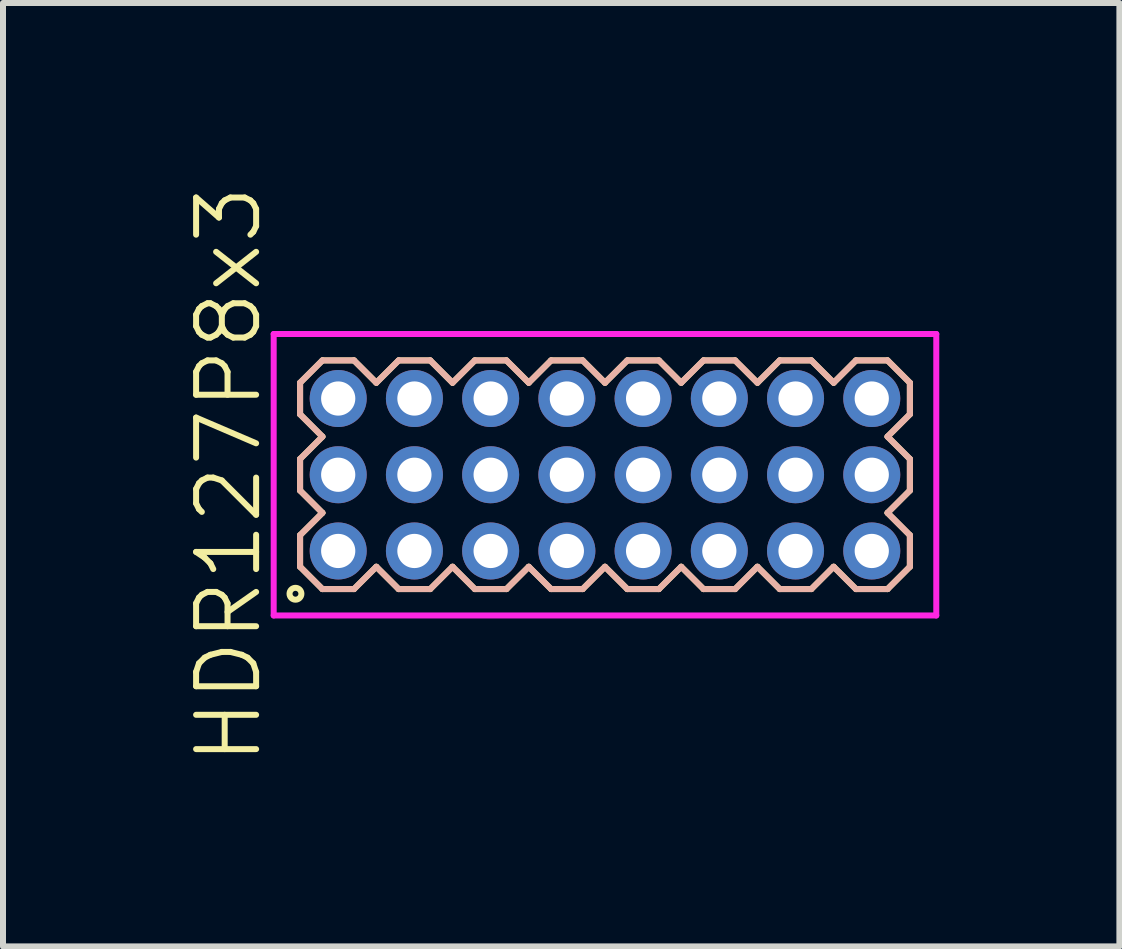
<source format=kicad_pcb>
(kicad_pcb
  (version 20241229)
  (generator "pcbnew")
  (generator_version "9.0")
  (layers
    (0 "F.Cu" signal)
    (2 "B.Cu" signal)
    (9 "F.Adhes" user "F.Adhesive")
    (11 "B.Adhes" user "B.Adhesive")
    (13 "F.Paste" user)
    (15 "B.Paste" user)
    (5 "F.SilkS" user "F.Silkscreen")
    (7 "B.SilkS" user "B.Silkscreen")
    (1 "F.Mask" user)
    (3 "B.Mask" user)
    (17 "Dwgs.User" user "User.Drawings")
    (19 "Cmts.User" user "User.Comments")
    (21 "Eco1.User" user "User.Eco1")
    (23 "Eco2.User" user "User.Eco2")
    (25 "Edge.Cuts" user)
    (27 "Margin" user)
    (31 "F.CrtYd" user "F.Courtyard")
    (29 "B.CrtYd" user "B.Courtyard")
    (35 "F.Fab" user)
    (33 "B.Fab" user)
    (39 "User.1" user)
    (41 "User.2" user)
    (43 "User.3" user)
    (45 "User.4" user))
  (footprint "HDR127P8x3"
    (layer "F.Cu")
    (at 7.03 4.86)
    (property "Reference" "HDR127P8x3" (at -6.27 0 90) (layer "F.SilkS") (effects (font (size 1 1) (thickness 0.1))))
    (attr through_hole)
    (fp_line (start -5.08 -1.533) (end -4.708 -1.905) (stroke (width 0.1) (type solid)) (layer "F.SilkS"))
    (fp_line (start -5.08 -1.007) (end -5.08 -1.533) (stroke (width 0.1) (type solid)) (layer "F.SilkS"))
    (fp_line (start -5.08 -0.263) (end -4.708 -0.635) (stroke (width 0.1) (type solid)) (layer "F.SilkS"))
    (fp_line (start -5.08 0.263) (end -5.08 -0.263) (stroke (width 0.1) (type solid)) (layer "F.SilkS"))
    (fp_line (start -5.08 1.007) (end -4.708 0.635) (stroke (width 0.1) (type solid)) (layer "F.SilkS"))
    (fp_line (start -5.08 1.533) (end -5.08 1.007) (stroke (width 0.1) (type solid)) (layer "F.SilkS"))
    (fp_line (start -4.708 -1.905) (end -4.182 -1.905) (stroke (width 0.1) (type solid)) (layer "F.SilkS"))
    (fp_line (start -4.708 -0.635) (end -5.08 -1.007) (stroke (width 0.1) (type solid)) (layer "F.SilkS"))
    (fp_line (start -4.708 0.635) (end -5.08 0.263) (stroke (width 0.1) (type solid)) (layer "F.SilkS"))
    (fp_line (start -4.708 1.905) (end -5.08 1.533) (stroke (width 0.1) (type solid)) (layer "F.SilkS"))
    (fp_line (start -4.182 -1.905) (end -3.81 -1.533) (stroke (width 0.1) (type solid)) (layer "F.SilkS"))
    (fp_line (start -4.182 1.905) (end -4.708 1.905) (stroke (width 0.1) (type solid)) (layer "F.SilkS"))
    (fp_line (start -3.81 -1.533) (end -3.438 -1.905) (stroke (width 0.1) (type solid)) (layer "F.SilkS"))
    (fp_line (start -3.81 1.533) (end -4.182 1.905) (stroke (width 0.1) (type solid)) (layer "F.SilkS"))
    (fp_line (start -3.438 -1.905) (end -2.912 -1.905) (stroke (width 0.1) (type solid)) (layer "F.SilkS"))
    (fp_line (start -3.438 1.905) (end -3.81 1.533) (stroke (width 0.1) (type solid)) (layer "F.SilkS"))
    (fp_line (start -2.912 -1.905) (end -2.54 -1.533) (stroke (width 0.1) (type solid)) (layer "F.SilkS"))
    (fp_line (start -2.912 1.905) (end -3.438 1.905) (stroke (width 0.1) (type solid)) (layer "F.SilkS"))
    (fp_line (start -2.54 -1.533) (end -2.168 -1.905) (stroke (width 0.1) (type solid)) (layer "F.SilkS"))
    (fp_line (start -2.54 1.533) (end -2.912 1.905) (stroke (width 0.1) (type solid)) (layer "F.SilkS"))
    (fp_line (start -2.168 -1.905) (end -1.642 -1.905) (stroke (width 0.1) (type solid)) (layer "F.SilkS"))
    (fp_line (start -2.168 1.905) (end -2.54 1.533) (stroke (width 0.1) (type solid)) (layer "F.SilkS"))
    (fp_line (start -1.642 -1.905) (end -1.27 -1.533) (stroke (width 0.1) (type solid)) (layer "F.SilkS"))
    (fp_line (start -1.642 1.905) (end -2.168 1.905) (stroke (width 0.1) (type solid)) (layer "F.SilkS"))
    (fp_line (start -1.27 -1.533) (end -0.898 -1.905) (stroke (width 0.1) (type solid)) (layer "F.SilkS"))
    (fp_line (start -1.27 1.533) (end -1.642 1.905) (stroke (width 0.1) (type solid)) (layer "F.SilkS"))
    (fp_line (start -0.898 -1.905) (end -0.372 -1.905) (stroke (width 0.1) (type solid)) (layer "F.SilkS"))
    (fp_line (start -0.898 1.905) (end -1.27 1.533) (stroke (width 0.1) (type solid)) (layer "F.SilkS"))
    (fp_line (start -0.372 -1.905) (end 0 -1.533) (stroke (width 0.1) (type solid)) (layer "F.SilkS"))
    (fp_line (start -0.372 1.905) (end -0.898 1.905) (stroke (width 0.1) (type solid)) (layer "F.SilkS"))
    (fp_line (start 0 -1.533) (end 0.372 -1.905) (stroke (width 0.1) (type solid)) (layer "F.SilkS"))
    (fp_line (start 0 1.533) (end -0.372 1.905) (stroke (width 0.1) (type solid)) (layer "F.SilkS"))
    (fp_line (start 0.372 -1.905) (end 0.898 -1.905) (stroke (width 0.1) (type solid)) (layer "F.SilkS"))
    (fp_line (start 0.372 1.905) (end 0 1.533) (stroke (width 0.1) (type solid)) (layer "F.SilkS"))
    (fp_line (start 0.898 -1.905) (end 1.27 -1.533) (stroke (width 0.1) (type solid)) (layer "F.SilkS"))
    (fp_line (start 0.898 1.905) (end 0.372 1.905) (stroke (width 0.1) (type solid)) (layer "F.SilkS"))
    (fp_line (start 1.27 -1.533) (end 1.642 -1.905) (stroke (width 0.1) (type solid)) (layer "F.SilkS"))
    (fp_line (start 1.27 1.533) (end 0.898 1.905) (stroke (width 0.1) (type solid)) (layer "F.SilkS"))
    (fp_line (start 1.642 -1.905) (end 2.168 -1.905) (stroke (width 0.1) (type solid)) (layer "F.SilkS"))
    (fp_line (start 1.642 1.905) (end 1.27 1.533) (stroke (width 0.1) (type solid)) (layer "F.SilkS"))
    (fp_line (start 2.168 -1.905) (end 2.54 -1.533) (stroke (width 0.1) (type solid)) (layer "F.SilkS"))
    (fp_line (start 2.168 1.905) (end 1.642 1.905) (stroke (width 0.1) (type solid)) (layer "F.SilkS"))
    (fp_line (start 2.54 -1.533) (end 2.912 -1.905) (stroke (width 0.1) (type solid)) (layer "F.SilkS"))
    (fp_line (start 2.54 1.533) (end 2.168 1.905) (stroke (width 0.1) (type solid)) (layer "F.SilkS"))
    (fp_line (start 2.912 -1.905) (end 3.438 -1.905) (stroke (width 0.1) (type solid)) (layer "F.SilkS"))
    (fp_line (start 2.912 1.905) (end 2.54 1.533) (stroke (width 0.1) (type solid)) (layer "F.SilkS"))
    (fp_line (start 3.438 -1.905) (end 3.81 -1.533) (stroke (width 0.1) (type solid)) (layer "F.SilkS"))
    (fp_line (start 3.438 1.905) (end 2.912 1.905) (stroke (width 0.1) (type solid)) (layer "F.SilkS"))
    (fp_line (start 3.81 -1.533) (end 4.182 -1.905) (stroke (width 0.1) (type solid)) (layer "F.SilkS"))
    (fp_line (start 3.81 1.533) (end 3.438 1.905) (stroke (width 0.1) (type solid)) (layer "F.SilkS"))
    (fp_line (start 4.182 -1.905) (end 4.708 -1.905) (stroke (width 0.1) (type solid)) (layer "F.SilkS"))
    (fp_line (start 4.182 1.905) (end 3.81 1.533) (stroke (width 0.1) (type solid)) (layer "F.SilkS"))
    (fp_line (start 4.708 -1.905) (end 5.08 -1.533) (stroke (width 0.1) (type solid)) (layer "F.SilkS"))
    (fp_line (start 4.708 -0.635) (end 5.08 -0.263) (stroke (width 0.1) (type solid)) (layer "F.SilkS"))
    (fp_line (start 4.708 0.635) (end 5.08 1.007) (stroke (width 0.1) (type solid)) (layer "F.SilkS"))
    (fp_line (start 4.708 1.905) (end 4.182 1.905) (stroke (width 0.1) (type solid)) (layer "F.SilkS"))
    (fp_line (start 5.08 -1.533) (end 5.08 -1.007) (stroke (width 0.1) (type solid)) (layer "F.SilkS"))
    (fp_line (start 5.08 -1.007) (end 4.708 -0.635) (stroke (width 0.1) (type solid)) (layer "F.SilkS"))
    (fp_line (start 5.08 -0.263) (end 5.08 0.263) (stroke (width 0.1) (type solid)) (layer "F.SilkS"))
    (fp_line (start 5.08 0.263) (end 4.708 0.635) (stroke (width 0.1) (type solid)) (layer "F.SilkS"))
    (fp_line (start 5.08 1.007) (end 5.08 1.533) (stroke (width 0.1) (type solid)) (layer "F.SilkS"))
    (fp_line (start 5.08 1.533) (end 4.708 1.905) (stroke (width 0.1) (type solid)) (layer "F.SilkS"))
    (fp_circle (center -5.157 1.983) (end -5.058 1.983) (stroke (width 0.1) (type solid)) (fill no) (layer "F.SilkS"))
    (fp_line (start -5.08 -1.533) (end -4.708 -1.905) (stroke (width 0.1) (type solid)) (layer "B.SilkS"))
    (fp_line (start -5.08 -1.007) (end -5.08 -1.533) (stroke (width 0.1) (type solid)) (layer "B.SilkS"))
    (fp_line (start -5.08 -0.263) (end -4.708 -0.635) (stroke (width 0.1) (type solid)) (layer "B.SilkS"))
    (fp_line (start -5.08 0.263) (end -5.08 -0.263) (stroke (width 0.1) (type solid)) (layer "B.SilkS"))
    (fp_line (start -5.08 1.007) (end -4.708 0.635) (stroke (width 0.1) (type solid)) (layer "B.SilkS"))
    (fp_line (start -5.08 1.533) (end -5.08 1.007) (stroke (width 0.1) (type solid)) (layer "B.SilkS"))
    (fp_line (start -4.708 -1.905) (end -4.182 -1.905) (stroke (width 0.1) (type solid)) (layer "B.SilkS"))
    (fp_line (start -4.708 -0.635) (end -5.08 -1.007) (stroke (width 0.1) (type solid)) (layer "B.SilkS"))
    (fp_line (start -4.708 0.635) (end -5.08 0.263) (stroke (width 0.1) (type solid)) (layer "B.SilkS"))
    (fp_line (start -4.708 1.905) (end -5.08 1.533) (stroke (width 0.1) (type solid)) (layer "B.SilkS"))
    (fp_line (start -4.182 -1.905) (end -3.81 -1.533) (stroke (width 0.1) (type solid)) (layer "B.SilkS"))
    (fp_line (start -4.182 1.905) (end -4.708 1.905) (stroke (width 0.1) (type solid)) (layer "B.SilkS"))
    (fp_line (start -3.81 -1.533) (end -3.438 -1.905) (stroke (width 0.1) (type solid)) (layer "B.SilkS"))
    (fp_line (start -3.81 1.533) (end -4.182 1.905) (stroke (width 0.1) (type solid)) (layer "B.SilkS"))
    (fp_line (start -3.438 -1.905) (end -2.912 -1.905) (stroke (width 0.1) (type solid)) (layer "B.SilkS"))
    (fp_line (start -3.438 1.905) (end -3.81 1.533) (stroke (width 0.1) (type solid)) (layer "B.SilkS"))
    (fp_line (start -2.912 -1.905) (end -2.54 -1.533) (stroke (width 0.1) (type solid)) (layer "B.SilkS"))
    (fp_line (start -2.912 1.905) (end -3.438 1.905) (stroke (width 0.1) (type solid)) (layer "B.SilkS"))
    (fp_line (start -2.54 -1.533) (end -2.168 -1.905) (stroke (width 0.1) (type solid)) (layer "B.SilkS"))
    (fp_line (start -2.54 1.533) (end -2.912 1.905) (stroke (width 0.1) (type solid)) (layer "B.SilkS"))
    (fp_line (start -2.168 -1.905) (end -1.642 -1.905) (stroke (width 0.1) (type solid)) (layer "B.SilkS"))
    (fp_line (start -2.168 1.905) (end -2.54 1.533) (stroke (width 0.1) (type solid)) (layer "B.SilkS"))
    (fp_line (start -1.642 -1.905) (end -1.27 -1.533) (stroke (width 0.1) (type solid)) (layer "B.SilkS"))
    (fp_line (start -1.642 1.905) (end -2.168 1.905) (stroke (width 0.1) (type solid)) (layer "B.SilkS"))
    (fp_line (start -1.27 -1.533) (end -0.898 -1.905) (stroke (width 0.1) (type solid)) (layer "B.SilkS"))
    (fp_line (start -1.27 1.533) (end -1.642 1.905) (stroke (width 0.1) (type solid)) (layer "B.SilkS"))
    (fp_line (start -0.898 -1.905) (end -0.372 -1.905) (stroke (width 0.1) (type solid)) (layer "B.SilkS"))
    (fp_line (start -0.898 1.905) (end -1.27 1.533) (stroke (width 0.1) (type solid)) (layer "B.SilkS"))
    (fp_line (start -0.372 -1.905) (end 0 -1.533) (stroke (width 0.1) (type solid)) (layer "B.SilkS"))
    (fp_line (start -0.372 1.905) (end -0.898 1.905) (stroke (width 0.1) (type solid)) (layer "B.SilkS"))
    (fp_line (start 0 -1.533) (end 0.372 -1.905) (stroke (width 0.1) (type solid)) (layer "B.SilkS"))
    (fp_line (start 0 1.533) (end -0.372 1.905) (stroke (width 0.1) (type solid)) (layer "B.SilkS"))
    (fp_line (start 0.372 -1.905) (end 0.898 -1.905) (stroke (width 0.1) (type solid)) (layer "B.SilkS"))
    (fp_line (start 0.372 1.905) (end 0 1.533) (stroke (width 0.1) (type solid)) (layer "B.SilkS"))
    (fp_line (start 0.898 -1.905) (end 1.27 -1.533) (stroke (width 0.1) (type solid)) (layer "B.SilkS"))
    (fp_line (start 0.898 1.905) (end 0.372 1.905) (stroke (width 0.1) (type solid)) (layer "B.SilkS"))
    (fp_line (start 1.27 -1.533) (end 1.642 -1.905) (stroke (width 0.1) (type solid)) (layer "B.SilkS"))
    (fp_line (start 1.27 1.533) (end 0.898 1.905) (stroke (width 0.1) (type solid)) (layer "B.SilkS"))
    (fp_line (start 1.642 -1.905) (end 2.168 -1.905) (stroke (width 0.1) (type solid)) (layer "B.SilkS"))
    (fp_line (start 1.642 1.905) (end 1.27 1.533) (stroke (width 0.1) (type solid)) (layer "B.SilkS"))
    (fp_line (start 2.168 -1.905) (end 2.54 -1.533) (stroke (width 0.1) (type solid)) (layer "B.SilkS"))
    (fp_line (start 2.168 1.905) (end 1.642 1.905) (stroke (width 0.1) (type solid)) (layer "B.SilkS"))
    (fp_line (start 2.54 -1.533) (end 2.912 -1.905) (stroke (width 0.1) (type solid)) (layer "B.SilkS"))
    (fp_line (start 2.54 1.533) (end 2.168 1.905) (stroke (width 0.1) (type solid)) (layer "B.SilkS"))
    (fp_line (start 2.912 -1.905) (end 3.438 -1.905) (stroke (width 0.1) (type solid)) (layer "B.SilkS"))
    (fp_line (start 2.912 1.905) (end 2.54 1.533) (stroke (width 0.1) (type solid)) (layer "B.SilkS"))
    (fp_line (start 3.438 -1.905) (end 3.81 -1.533) (stroke (width 0.1) (type solid)) (layer "B.SilkS"))
    (fp_line (start 3.438 1.905) (end 2.912 1.905) (stroke (width 0.1) (type solid)) (layer "B.SilkS"))
    (fp_line (start 3.81 -1.533) (end 4.182 -1.905) (stroke (width 0.1) (type solid)) (layer "B.SilkS"))
    (fp_line (start 3.81 1.533) (end 3.438 1.905) (stroke (width 0.1) (type solid)) (layer "B.SilkS"))
    (fp_line (start 4.182 -1.905) (end 4.708 -1.905) (stroke (width 0.1) (type solid)) (layer "B.SilkS"))
    (fp_line (start 4.182 1.905) (end 3.81 1.533) (stroke (width 0.1) (type solid)) (layer "B.SilkS"))
    (fp_line (start 4.708 -1.905) (end 5.08 -1.533) (stroke (width 0.1) (type solid)) (layer "B.SilkS"))
    (fp_line (start 4.708 -0.635) (end 5.08 -0.263) (stroke (width 0.1) (type solid)) (layer "B.SilkS"))
    (fp_line (start 4.708 0.635) (end 5.08 1.007) (stroke (width 0.1) (type solid)) (layer "B.SilkS"))
    (fp_line (start 4.708 1.905) (end 4.182 1.905) (stroke (width 0.1) (type solid)) (layer "B.SilkS"))
    (fp_line (start 5.08 -1.533) (end 5.08 -1.007) (stroke (width 0.1) (type solid)) (layer "B.SilkS"))
    (fp_line (start 5.08 -1.007) (end 4.708 -0.635) (stroke (width 0.1) (type solid)) (layer "B.SilkS"))
    (fp_line (start 5.08 -0.263) (end 5.08 0.263) (stroke (width 0.1) (type solid)) (layer "B.SilkS"))
    (fp_line (start 5.08 0.263) (end 4.708 0.635) (stroke (width 0.1) (type solid)) (layer "B.SilkS"))
    (fp_line (start 5.08 1.007) (end 5.08 1.533) (stroke (width 0.1) (type solid)) (layer "B.SilkS"))
    (fp_line (start 5.08 1.533) (end 4.708 1.905) (stroke (width 0.1) (type solid)) (layer "B.SilkS"))
    (fp_line (start -5.52 -2.345) (end -5.52 2.345) (stroke (width 0.1) (type solid)) (layer "F.CrtYd"))
    (fp_line (start -5.52 2.345) (end 5.52 2.345) (stroke (width 0.1) (type solid)) (layer "F.CrtYd"))
    (fp_line (start 5.52 -2.345) (end -5.52 -2.345) (stroke (width 0.1) (type solid)) (layer "F.CrtYd"))
    (fp_line (start 5.52 2.345) (end 5.52 -2.345) (stroke (width 0.1) (type solid)) (layer "F.CrtYd"))
    (pad "1" thru_hole oval (at -4.445 1.27) (size 0.95 0.95) (drill 0.57) (layers "*.Cu" "*.Mask"))
    (pad "2" thru_hole oval (at -4.445 0) (size 0.95 0.95) (drill 0.57) (layers "*.Cu" "*.Mask"))
    (pad "3" thru_hole oval (at -4.445 -1.27) (size 0.95 0.95) (drill 0.57) (layers "*.Cu" "*.Mask"))
    (pad "4" thru_hole oval (at -3.175 1.27) (size 0.95 0.95) (drill 0.57) (layers "*.Cu" "*.Mask"))
    (pad "5" thru_hole oval (at -3.175 0) (size 0.95 0.95) (drill 0.57) (layers "*.Cu" "*.Mask"))
    (pad "6" thru_hole oval (at -3.175 -1.27) (size 0.95 0.95) (drill 0.57) (layers "*.Cu" "*.Mask"))
    (pad "7" thru_hole oval (at -1.905 1.27) (size 0.95 0.95) (drill 0.57) (layers "*.Cu" "*.Mask"))
    (pad "8" thru_hole oval (at -1.905 0) (size 0.95 0.95) (drill 0.57) (layers "*.Cu" "*.Mask"))
    (pad "9" thru_hole oval (at -1.905 -1.27) (size 0.95 0.95) (drill 0.57) (layers "*.Cu" "*.Mask"))
    (pad "10" thru_hole oval (at -0.635 1.27) (size 0.95 0.95) (drill 0.57) (layers "*.Cu" "*.Mask"))
    (pad "11" thru_hole oval (at -0.635 0) (size 0.95 0.95) (drill 0.57) (layers "*.Cu" "*.Mask"))
    (pad "12" thru_hole oval (at -0.635 -1.27) (size 0.95 0.95) (drill 0.57) (layers "*.Cu" "*.Mask"))
    (pad "13" thru_hole oval (at 0.635 1.27) (size 0.95 0.95) (drill 0.57) (layers "*.Cu" "*.Mask"))
    (pad "14" thru_hole oval (at 0.635 0) (size 0.95 0.95) (drill 0.57) (layers "*.Cu" "*.Mask"))
    (pad "15" thru_hole oval (at 0.635 -1.27) (size 0.95 0.95) (drill 0.57) (layers "*.Cu" "*.Mask"))
    (pad "16" thru_hole oval (at 1.905 1.27) (size 0.95 0.95) (drill 0.57) (layers "*.Cu" "*.Mask"))
    (pad "17" thru_hole oval (at 1.905 0) (size 0.95 0.95) (drill 0.57) (layers "*.Cu" "*.Mask"))
    (pad "18" thru_hole oval (at 1.905 -1.27) (size 0.95 0.95) (drill 0.57) (layers "*.Cu" "*.Mask"))
    (pad "19" thru_hole oval (at 3.175 1.27) (size 0.95 0.95) (drill 0.57) (layers "*.Cu" "*.Mask"))
    (pad "20" thru_hole oval (at 3.175 0) (size 0.95 0.95) (drill 0.57) (layers "*.Cu" "*.Mask"))
    (pad "21" thru_hole oval (at 3.175 -1.27) (size 0.95 0.95) (drill 0.57) (layers "*.Cu" "*.Mask"))
    (pad "22" thru_hole oval (at 4.445 1.27) (size 0.95 0.95) (drill 0.57) (layers "*.Cu" "*.Mask"))
    (pad "23" thru_hole oval (at 4.445 0) (size 0.95 0.95) (drill 0.57) (layers "*.Cu" "*.Mask"))
    (pad "24" thru_hole oval (at 4.445 -1.27) (size 0.95 0.95) (drill 0.57) (layers "*.Cu" "*.Mask")))
  (gr_rect
    (start -3 -3)
    (end 15.601 12.719)
    (stroke (width 0.1) (type default))
    (fill no)
    (layer "Edge.Cuts")))
</source>
